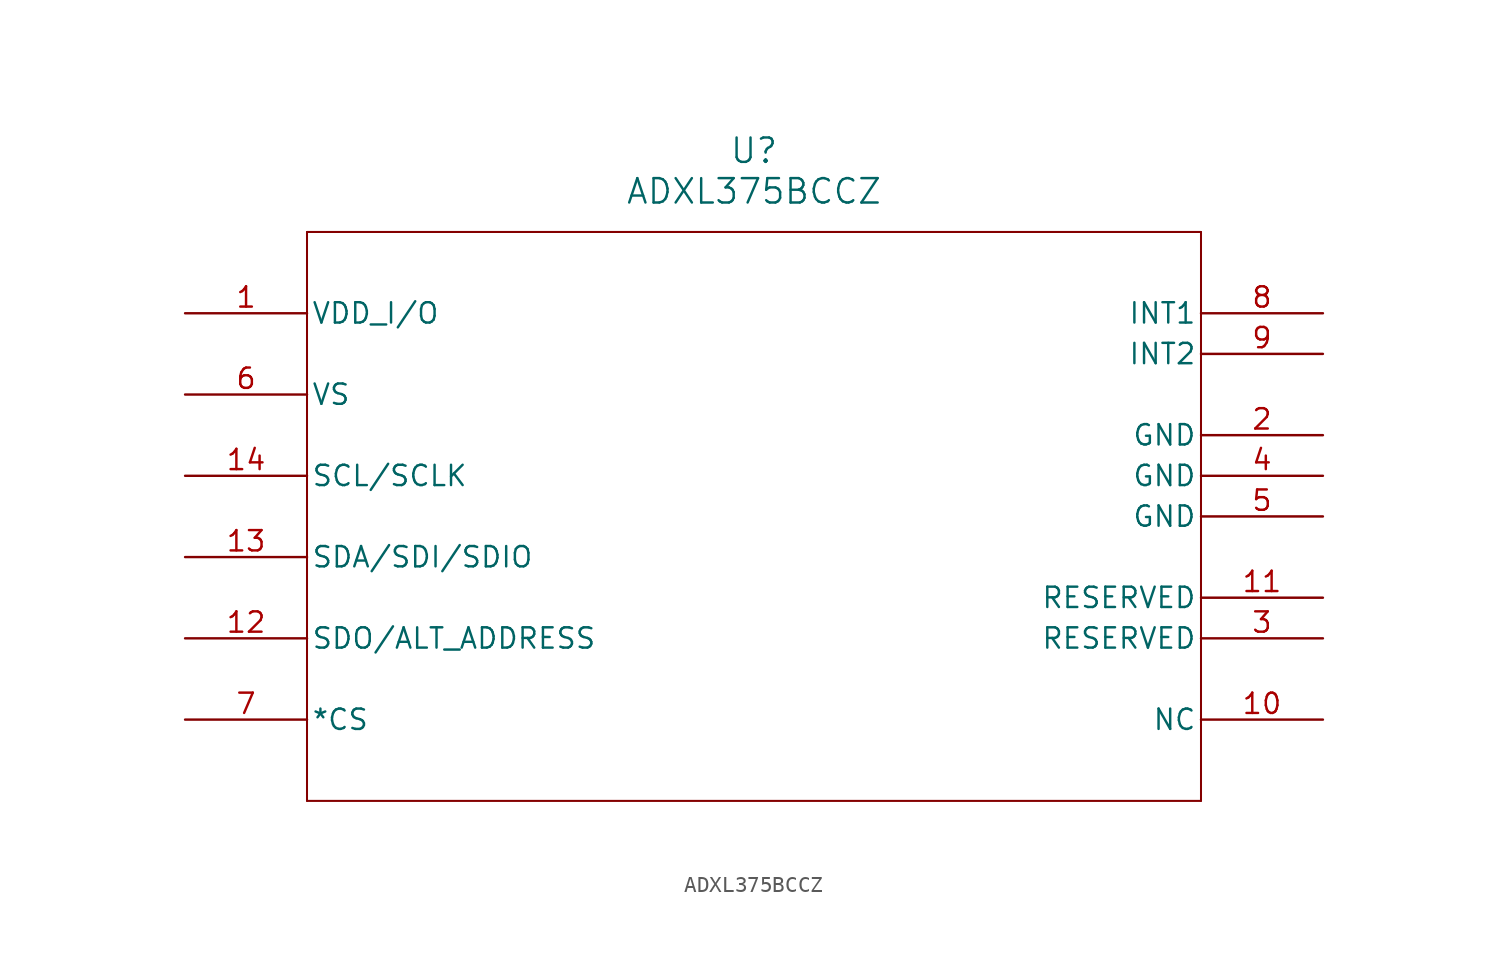
<source format=kicad_sym>
(kicad_symbol_lib
  (version 20231120)
  (generator "kicad_symbol_editor")
  (generator_version "8.0")
  (symbol "ADXL375BCCZ"
    (pin_names
      (offset 0.254))
    (property "Reference" "U"
      (at 35.56 10.16 0)
      (effects (font (size 1.524 1.524))))
    (property "Value" "ADXL375BCCZ"
      (at 35.56 7.62 0)
      (effects (font (size 1.524 1.524))))
    (symbol "ADXL375BCCZ_0_1"
      (polyline (pts (xy 7.62 -30.48) (xy 63.5 -30.48)) (stroke (width 0.127) (type default)) (fill (type none)))
      (polyline (pts (xy 7.62 5.08) (xy 7.62 -30.48)) (stroke (width 0.127) (type default)) (fill (type none)))
      (polyline (pts (xy 63.5 -30.48) (xy 63.5 5.08)) (stroke (width 0.127) (type default)) (fill (type none)))
      (polyline (pts (xy 63.5 5.08) (xy 7.62 5.08)) (stroke (width 0.127) (type default)) (fill (type none)))
      (pin unspecified line (at 0 0 0) (length 7.62) (name "VDD_I/O" (effects (font (size 1.27 1.27)))) (number "1" (effects (font (size 1.27 1.27)))))
      (pin unspecified line (at 71.12 -25.4 180) (length 7.62) (name "NC" (effects (font (size 1.27 1.27)))) (number "10" (effects (font (size 1.27 1.27)))))
      (pin unspecified line (at 71.12 -17.78 180) (length 7.62) (name "RESERVED" (effects (font (size 1.27 1.27)))) (number "11" (effects (font (size 1.27 1.27)))))
      (pin unspecified line (at 0 -20.32 0) (length 7.62) (name "SDO/ALT_ADDRESS" (effects (font (size 1.27 1.27)))) (number "12" (effects (font (size 1.27 1.27)))))
      (pin unspecified line (at 0 -15.24 0) (length 7.62) (name "SDA/SDI/SDIO" (effects (font (size 1.27 1.27)))) (number "13" (effects (font (size 1.27 1.27)))))
      (pin unspecified line (at 0 -10.16 0) (length 7.62) (name "SCL/SCLK" (effects (font (size 1.27 1.27)))) (number "14" (effects (font (size 1.27 1.27)))))
      (pin unspecified line (at 71.12 -7.62 180) (length 7.62) (name "GND" (effects (font (size 1.27 1.27)))) (number "2" (effects (font (size 1.27 1.27)))))
      (pin unspecified line (at 71.12 -20.32 180) (length 7.62) (name "RESERVED" (effects (font (size 1.27 1.27)))) (number "3" (effects (font (size 1.27 1.27)))))
      (pin unspecified line (at 71.12 -10.16 180) (length 7.62) (name "GND" (effects (font (size 1.27 1.27)))) (number "4" (effects (font (size 1.27 1.27)))))
      (pin unspecified line (at 71.12 -12.7 180) (length 7.62) (name "GND" (effects (font (size 1.27 1.27)))) (number "5" (effects (font (size 1.27 1.27)))))
      (pin unspecified line (at 0 -5.08 0) (length 7.62) (name "VS" (effects (font (size 1.27 1.27)))) (number "6" (effects (font (size 1.27 1.27)))))
      (pin unspecified line (at 0 -25.4 0) (length 7.62) (name "*CS" (effects (font (size 1.27 1.27)))) (number "7" (effects (font (size 1.27 1.27)))))
      (pin unspecified line (at 71.12 0 180) (length 7.62) (name "INT1" (effects (font (size 1.27 1.27)))) (number "8" (effects (font (size 1.27 1.27)))))
      (pin unspecified line (at 71.12 -2.54 180) (length 7.62) (name "INT2" (effects (font (size 1.27 1.27)))) (number "9" (effects (font (size 1.27 1.27))))))))
</source>
